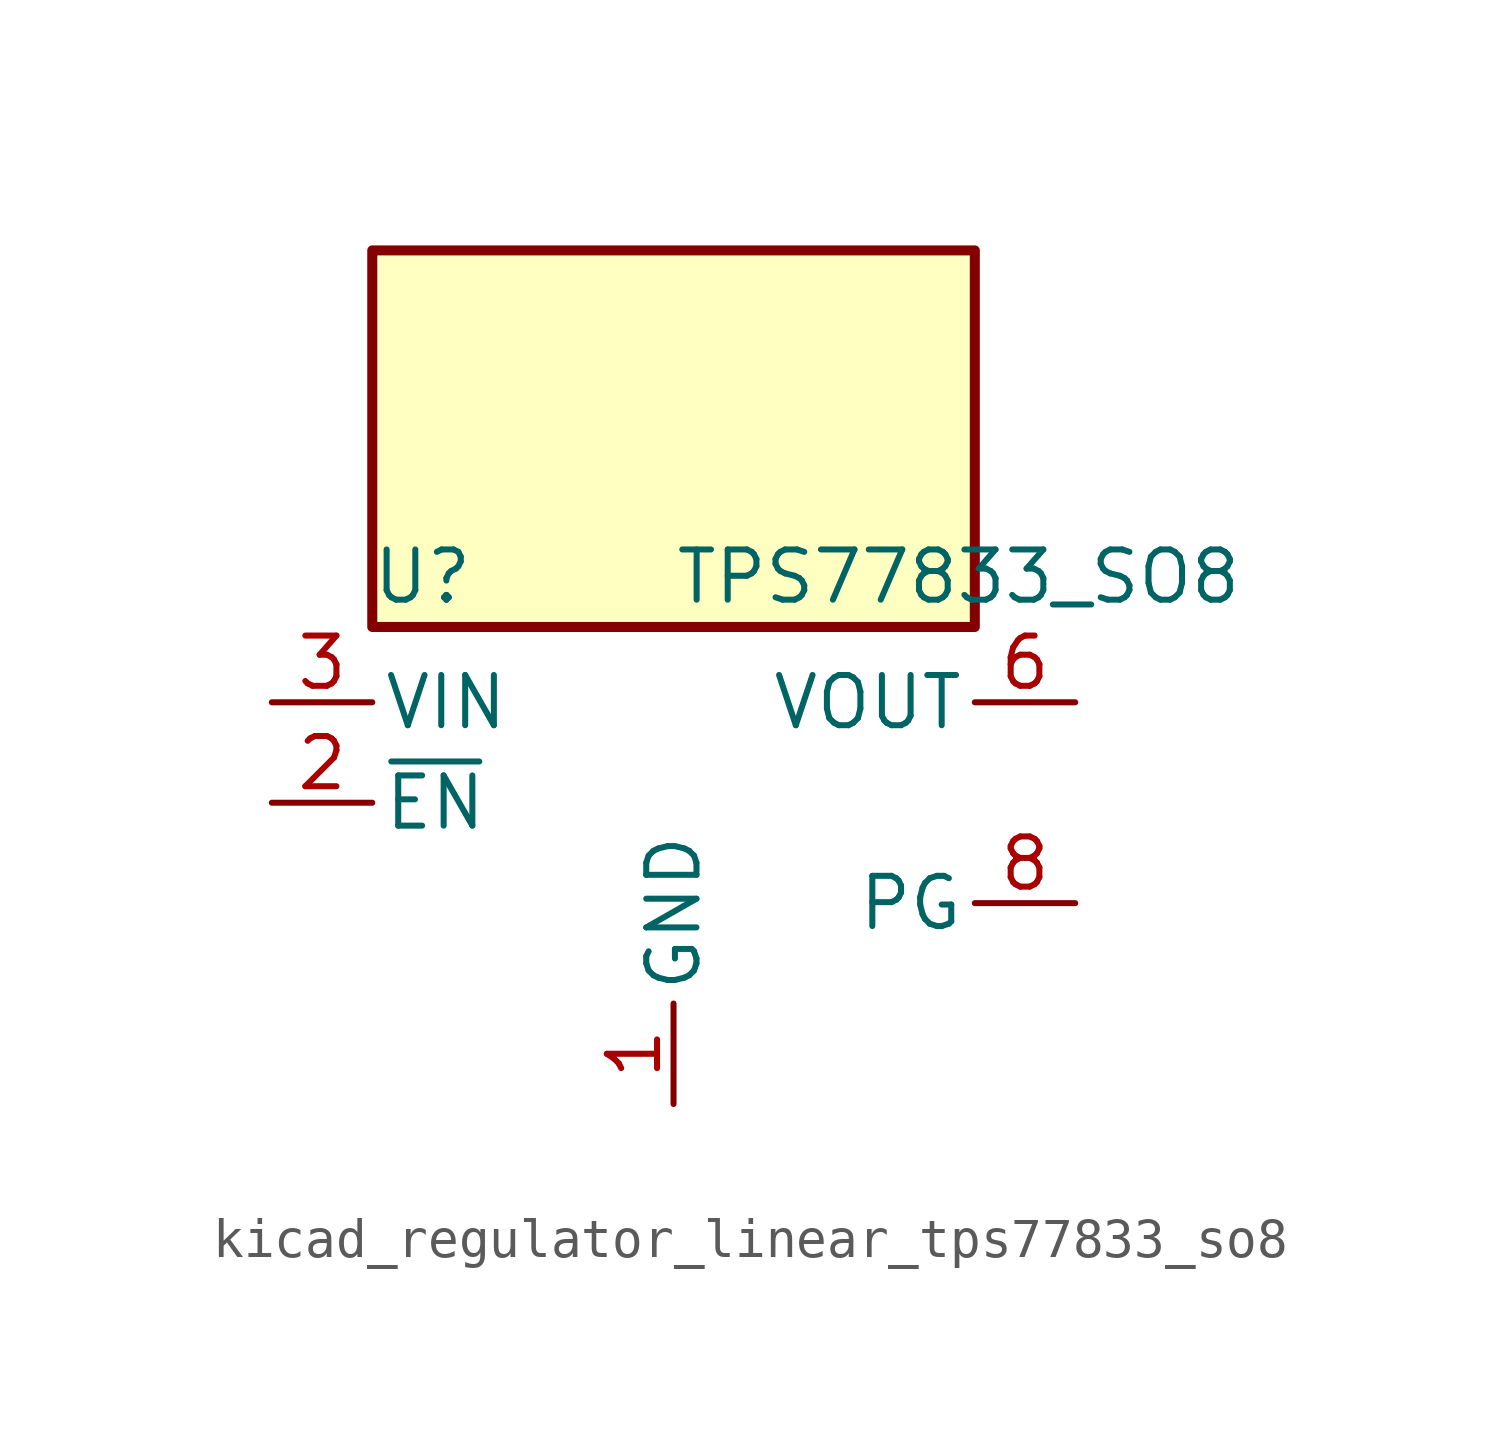
<source format=kicad_sym>
(kicad_symbol_lib
  (version 20220914)
  (generator kicad_symbol_editor)
  (symbol "kicad_regulator_linear_tps77833_so8"
    (pin_names
      (offset 0.254))
    (property "Reference" "U"
      (at -6.35 5.715 0)
      (effects (font (size 1.27 1.27))))
    (property "Value" "TPS77833_SO8"
      (at 0 5.715 0)
      (effects (font (size 1.27 1.27)) (justify left)))
    (symbol "kicad_regulator_linear_tps77833_so8_0_1"
      (rectangle (start 7.62 13.97) (end -7.62 4.445) (stroke (width 0.254) (type default)) (fill (type background))))
    (symbol "kicad_regulator_linear_tps77833_so8_1_1"
      (pin power_in line (at 0 -7.62 90) (length 2.54) (name "GND" (effects (font (size 1.27 1.27)))) (number "1" (effects (font (size 1.27 1.27)))))
      (pin input line (at -10.16 0 0) (length 2.54) (name "~{EN}" (effects (font (size 1.27 1.27)))) (number "2" (effects (font (size 1.27 1.27)))))
      (pin power_in line (at -10.16 2.54 0) (length 2.54) (name "VIN" (effects (font (size 1.27 1.27)))) (number "3" (effects (font (size 1.27 1.27)))))
      (pin passive line (at -10.16 2.54 0) (length 2.54) hide (name "VIN" (effects (font (size 1.27 1.27)))) (number "4" (effects (font (size 1.27 1.27)))))
      (pin passive line (at 10.16 2.54 180) (length 2.54) hide (name "VOUT" (effects (font (size 1.27 1.27)))) (number "5" (effects (font (size 1.27 1.27)))))
      (pin power_out line (at 10.16 2.54 180) (length 2.54) (name "VOUT" (effects (font (size 1.27 1.27)))) (number "6" (effects (font (size 1.27 1.27)))))
      (pin no_connect line (at 7.62 0 180) (length 2.54) hide (name "NC" (effects (font (size 1.27 1.27)))) (number "7" (effects (font (size 1.27 1.27)))))
      (pin open_collector line (at 10.16 -2.54 180) (length 2.54) (name "PG" (effects (font (size 1.27 1.27)))) (number "8" (effects (font (size 1.27 1.27))))))))
</source>
